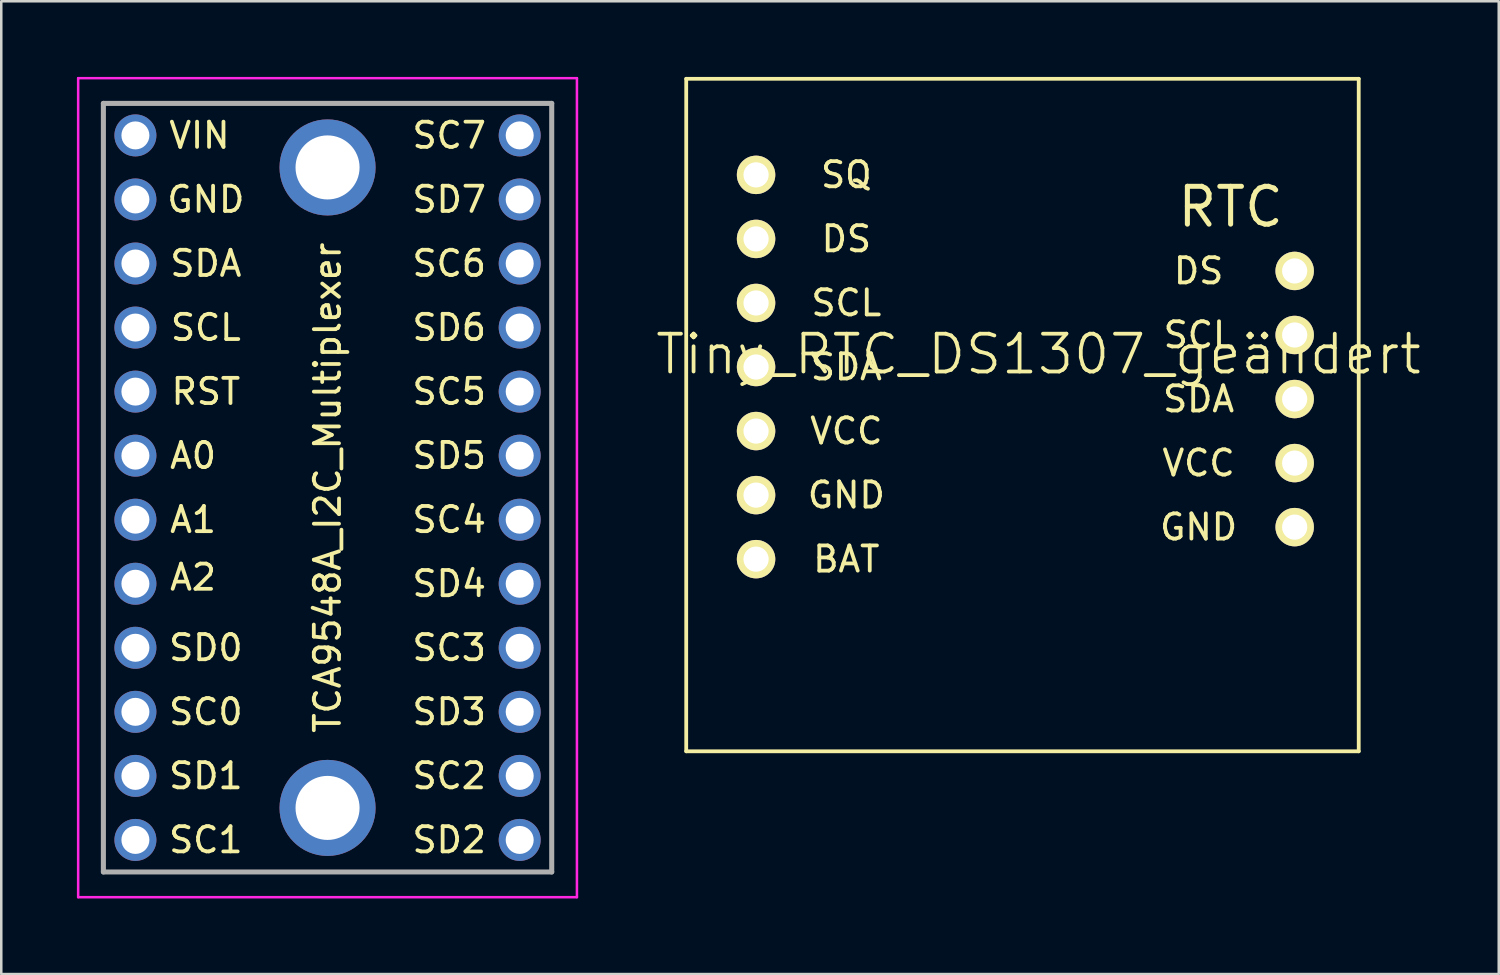
<source format=kicad_pcb>
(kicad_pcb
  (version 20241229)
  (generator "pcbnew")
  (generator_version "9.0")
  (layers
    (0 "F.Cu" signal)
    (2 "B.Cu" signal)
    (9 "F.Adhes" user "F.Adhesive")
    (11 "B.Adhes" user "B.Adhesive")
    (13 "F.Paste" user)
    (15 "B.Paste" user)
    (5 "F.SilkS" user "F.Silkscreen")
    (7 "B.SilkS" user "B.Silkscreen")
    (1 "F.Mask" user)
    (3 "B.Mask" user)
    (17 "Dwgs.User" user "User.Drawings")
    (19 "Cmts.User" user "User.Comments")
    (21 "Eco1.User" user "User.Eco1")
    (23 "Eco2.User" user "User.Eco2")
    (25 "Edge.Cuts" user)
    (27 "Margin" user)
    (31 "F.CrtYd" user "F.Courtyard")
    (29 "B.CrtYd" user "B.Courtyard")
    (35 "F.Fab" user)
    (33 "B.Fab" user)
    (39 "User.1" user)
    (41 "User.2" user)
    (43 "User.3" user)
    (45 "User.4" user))
  (footprint "TCA9548A_I2C_Multiplexer"
    (layer "F.Cu")
    (at 9.94 16.29)
    (property "Reference" "TCA9548A_I2C_Multiplexer" (at 0 0 90) (layer "F.SilkS") (effects (font (size 1 1) (thickness 0.15))))
    (attr through_hole)
    (fp_line (start -8.89 -15.24) (end 8.89 -15.24) (stroke (width 0.1) (type solid)) (layer "F.SilkS"))
    (fp_line (start -8.89 15.24) (end -8.89 -15.24) (stroke (width 0.1) (type solid)) (layer "F.SilkS"))
    (fp_line (start 8.89 -15.24) (end 8.89 15.24) (stroke (width 0.1) (type solid)) (layer "F.SilkS"))
    (fp_line (start 8.89 15.24) (end -8.89 15.24) (stroke (width 0.1) (type solid)) (layer "F.SilkS"))
    (fp_line (start -9.89 -16.24) (end 9.89 -16.24) (stroke (width 0.1) (type solid)) (layer "F.CrtYd"))
    (fp_line (start -9.89 16.24) (end -9.89 -16.24) (stroke (width 0.1) (type solid)) (layer "F.CrtYd"))
    (fp_line (start 9.89 -16.24) (end 9.89 16.24) (stroke (width 0.1) (type solid)) (layer "F.CrtYd"))
    (fp_line (start 9.89 16.24) (end -9.89 16.24) (stroke (width 0.1) (type solid)) (layer "F.CrtYd"))
    (fp_line (start -8.89 -15.24) (end 8.89 -15.24) (stroke (width 0.2) (type solid)) (layer "F.Fab"))
    (fp_line (start -8.89 15.24) (end -8.89 -15.24) (stroke (width 0.2) (type solid)) (layer "F.Fab"))
    (fp_line (start 8.89 -15.24) (end 8.89 15.24) (stroke (width 0.2) (type solid)) (layer "F.Fab"))
    (fp_line (start 8.89 15.24) (end -8.89 15.24) (stroke (width 0.2) (type solid)) (layer "F.Fab"))
    (fp_text user "A2" (at -5.334 3.556 0) (layer "F.SilkS") (effects (font (size 1 1) (thickness 0.15))))
    (fp_text user "SD0" (at -4.826 6.35 0) (layer "F.SilkS") (effects (font (size 1 1) (thickness 0.15))))
    (fp_text user "SCL" (at -4.826 -6.35 0) (layer "F.SilkS") (effects (font (size 1 1) (thickness 0.15))))
    (fp_text user "SC6" (at 4.826 -8.89 0) (layer "F.SilkS") (effects (font (size 1 1) (thickness 0.15))))
    (fp_text user "SC0" (at -4.826 8.89 0) (layer "F.SilkS") (effects (font (size 1 1) (thickness 0.15))))
    (fp_text user "VIN" (at -5.08 -13.97 0) (layer "F.SilkS") (effects (font (size 1 1) (thickness 0.15))))
    (fp_text user "SC5" (at 4.826 -3.81 0) (layer "F.SilkS") (effects (font (size 1 1) (thickness 0.15))))
    (fp_text user "RST" (at -4.826 -3.81 0) (layer "F.SilkS") (effects (font (size 1 1) (thickness 0.15))))
    (fp_text user "SD2" (at 4.826 13.97 0) (layer "F.SilkS") (effects (font (size 1 1) (thickness 0.15))))
    (fp_text user "SC2" (at 4.826 11.43 0) (layer "F.SilkS") (effects (font (size 1 1) (thickness 0.15))))
    (fp_text user "SD3" (at 4.826 8.89 0) (layer "F.SilkS") (effects (font (size 1 1) (thickness 0.15))))
    (fp_text user "GND" (at -4.826 -11.43 0) (layer "F.SilkS") (effects (font (size 1 1) (thickness 0.15))))
    (fp_text user "SD4" (at 4.826 3.81 0) (layer "F.SilkS") (effects (font (size 1 1) (thickness 0.15))))
    (fp_text user "SC4" (at 4.826 1.27 0) (layer "F.SilkS") (effects (font (size 1 1) (thickness 0.15))))
    (fp_text user "SD6" (at 4.826 -6.35 0) (layer "F.SilkS") (effects (font (size 1 1) (thickness 0.15))))
    (fp_text user "A0" (at -5.334 -1.27 0) (layer "F.SilkS") (effects (font (size 1 1) (thickness 0.15))))
    (fp_text user "SD5" (at 4.826 -1.27 0) (layer "F.SilkS") (effects (font (size 1 1) (thickness 0.15))))
    (fp_text user "A1" (at -5.334 1.27 0) (layer "F.SilkS") (effects (font (size 1 1) (thickness 0.15))))
    (fp_text user "SC3" (at 4.826 6.35 0) (layer "F.SilkS") (effects (font (size 1 1) (thickness 0.15))))
    (fp_text user "SDA" (at -4.826 -8.89 0) (layer "F.SilkS") (effects (font (size 1 1) (thickness 0.15))))
    (fp_text user "SC1" (at -4.826 13.97 0) (layer "F.SilkS") (effects (font (size 1 1) (thickness 0.15))))
    (fp_text user "SC7" (at 4.826 -13.97 0) (layer "F.SilkS") (effects (font (size 1 1) (thickness 0.15))))
    (fp_text user "SD1" (at -4.826 11.43 0) (layer "F.SilkS") (effects (font (size 1 1) (thickness 0.15))))
    (fp_text user "SD7" (at 4.826 -11.43 0) (layer "F.SilkS") (effects (font (size 1 1) (thickness 0.15))))
    (pad "1" thru_hole circle (at -7.62 -13.97) (size 1.665 1.665) (drill 1.11) (layers "*.Cu" "*.Mask"))
    (pad "2" thru_hole circle (at -7.62 -11.43) (size 1.665 1.665) (drill 1.11) (layers "*.Cu" "*.Mask"))
    (pad "3" thru_hole circle (at -7.62 -8.89) (size 1.665 1.665) (drill 1.11) (layers "*.Cu" "*.Mask"))
    (pad "4" thru_hole circle (at -7.62 -6.35) (size 1.665 1.665) (drill 1.11) (layers "*.Cu" "*.Mask"))
    (pad "5" thru_hole circle (at -7.62 -3.81) (size 1.665 1.665) (drill 1.11) (layers "*.Cu" "*.Mask"))
    (pad "6" thru_hole circle (at -7.62 -1.27) (size 1.665 1.665) (drill 1.11) (layers "*.Cu" "*.Mask"))
    (pad "7" thru_hole circle (at -7.62 1.27) (size 1.665 1.665) (drill 1.11) (layers "*.Cu" "*.Mask"))
    (pad "8" thru_hole circle (at -7.62 3.81) (size 1.665 1.665) (drill 1.11) (layers "*.Cu" "*.Mask"))
    (pad "9" thru_hole circle (at -7.62 6.35) (size 1.665 1.665) (drill 1.11) (layers "*.Cu" "*.Mask"))
    (pad "10" thru_hole circle (at -7.62 8.89) (size 1.665 1.665) (drill 1.11) (layers "*.Cu" "*.Mask"))
    (pad "11" thru_hole circle (at -7.62 11.43) (size 1.665 1.665) (drill 1.11) (layers "*.Cu" "*.Mask"))
    (pad "12" thru_hole circle (at -7.62 13.97) (size 1.665 1.665) (drill 1.11) (layers "*.Cu" "*.Mask"))
    (pad "13" thru_hole circle (at 7.62 13.97) (size 1.665 1.665) (drill 1.11) (layers "*.Cu" "*.Mask"))
    (pad "14" thru_hole circle (at 7.62 11.43) (size 1.665 1.665) (drill 1.11) (layers "*.Cu" "*.Mask"))
    (pad "15" thru_hole circle (at 7.62 8.89) (size 1.665 1.665) (drill 1.11) (layers "*.Cu" "*.Mask"))
    (pad "16" thru_hole circle (at 7.62 6.35) (size 1.665 1.665) (drill 1.11) (layers "*.Cu" "*.Mask"))
    (pad "17" thru_hole circle (at 7.62 3.81) (size 1.665 1.665) (drill 1.11) (layers "*.Cu" "*.Mask"))
    (pad "18" thru_hole circle (at 7.62 1.27) (size 1.665 1.665) (drill 1.11) (layers "*.Cu" "*.Mask"))
    (pad "19" thru_hole circle (at 7.62 -1.27) (size 1.665 1.665) (drill 1.11) (layers "*.Cu" "*.Mask"))
    (pad "20" thru_hole circle (at 7.62 -3.81) (size 1.665 1.665) (drill 1.11) (layers "*.Cu" "*.Mask"))
    (pad "21" thru_hole circle (at 7.62 -6.35) (size 1.665 1.665) (drill 1.11) (layers "*.Cu" "*.Mask"))
    (pad "22" thru_hole circle (at 7.62 -8.89) (size 1.665 1.665) (drill 1.11) (layers "*.Cu" "*.Mask"))
    (pad "23" thru_hole circle (at 7.62 -11.43) (size 1.665 1.665) (drill 1.11) (layers "*.Cu" "*.Mask"))
    (pad "24" thru_hole circle (at 7.62 -13.97) (size 1.665 1.665) (drill 1.11) (layers "*.Cu" "*.Mask"))
    (pad "25" thru_hole circle (at 0 -12.7) (size 3.81 3.81) (drill 2.54) (layers "*.Cu" "*.Mask"))
    (pad "26" thru_hole circle (at 0 12.7) (size 3.81 3.81) (drill 2.54) (layers "*.Cu" "*.Mask")))
  (footprint "Tiny_RTC_DS1307_geändert"
    (layer "F.Cu")
    (at 38.134 15.315)
    (property "Reference" "Tiny_RTC_DS1307_geändert" (at 0 -4.318 0) (layer "F.SilkS") (effects (font (size 1.5 1.5) (thickness 0.15))))
    (attr through_hole)
    (fp_line (start -13.97 -15.24) (end 12.7 -15.24) (stroke (width 0.15) (type solid)) (layer "F.SilkS"))
    (fp_line (start -13.97 11.43) (end -13.97 -15.24) (stroke (width 0.15) (type solid)) (layer "F.SilkS"))
    (fp_line (start 12.7 -15.24) (end 12.7 11.43) (stroke (width 0.15) (type solid)) (layer "F.SilkS"))
    (fp_line (start 12.7 11.43) (end -13.97 11.43) (stroke (width 0.15) (type solid)) (layer "F.SilkS"))
    (fp_text user "SCL" (at 6.35 -5.08 0) (layer "F.SilkS") (effects (font (size 1 1) (thickness 0.15))))
    (fp_text user "BAT" (at -7.62 3.81 0) (layer "F.SilkS") (effects (font (size 1 1) (thickness 0.15))))
    (fp_text user "GND" (at 6.35 2.54 0) (layer "F.SilkS") (effects (font (size 1 1) (thickness 0.15))))
    (fp_text user "VCC" (at 6.35 0 0) (layer "F.SilkS") (effects (font (size 1 1) (thickness 0.15))))
    (fp_text user "DS" (at -7.62 -8.89 0) (layer "F.SilkS") (effects (font (size 1 1) (thickness 0.15))))
    (fp_text user "VCC" (at -7.62 -1.27 0) (layer "F.SilkS") (effects (font (size 1 1) (thickness 0.15))))
    (fp_text user "RTC" (at 7.62 -10.16 0) (layer "F.SilkS") (effects (font (size 1.5 1.5) (thickness 0.2))))
    (fp_text user "SDA" (at -7.62 -3.81 0) (layer "F.SilkS") (effects (font (size 1 1) (thickness 0.15))))
    (fp_text user "GND" (at -7.62 1.27 0) (layer "F.SilkS") (effects (font (size 1 1) (thickness 0.15))))
    (fp_text user "DS" (at 6.35 -7.62 0) (layer "F.SilkS") (effects (font (size 1 1) (thickness 0.15))))
    (fp_text user "SCL" (at -7.62 -6.35 0) (layer "F.SilkS") (effects (font (size 1 1) (thickness 0.15))))
    (fp_text user "SDA" (at 6.35 -2.54 0) (layer "F.SilkS") (effects (font (size 1 1) (thickness 0.15))))
    (fp_text user "SQ" (at -7.62 -11.43 0) (layer "F.SilkS") (effects (font (size 1 1) (thickness 0.15))))
    (pad "1" thru_hole circle (at -11.2 3.81) (size 1.524 1.524) (drill 1) (layers "*.Cu" "*.Mask" "F.SilkS"))
    (pad "2" thru_hole circle (at -11.2 1.27) (size 1.524 1.524) (drill 1) (layers "*.Cu" "*.Mask" "F.SilkS"))
    (pad "3" thru_hole circle (at -11.2 -1.27) (size 1.524 1.524) (drill 1) (layers "*.Cu" "*.Mask" "F.SilkS"))
    (pad "4" thru_hole circle (at -11.2 -3.81) (size 1.524 1.524) (drill 1) (layers "*.Cu" "*.Mask" "F.SilkS"))
    (pad "5" thru_hole circle (at -11.2 -6.35) (size 1.524 1.524) (drill 1) (layers "*.Cu" "*.Mask" "F.SilkS"))
    (pad "6" thru_hole circle (at -11.2 -8.89) (size 1.524 1.524) (drill 1) (layers "*.Cu" "*.Mask" "F.SilkS"))
    (pad "7" thru_hole circle (at -11.2 -11.43) (size 1.524 1.524) (drill 1) (layers "*.Cu" "*.Mask" "F.SilkS"))
    (pad "8" thru_hole circle (at 10.16 2.54) (size 1.524 1.524) (drill 1) (layers "*.Cu" "*.Mask" "F.SilkS"))
    (pad "9" thru_hole circle (at 10.16 0) (size 1.524 1.524) (drill 1) (layers "*.Cu" "*.Mask" "F.SilkS"))
    (pad "10" thru_hole circle (at 10.16 -2.54) (size 1.524 1.524) (drill 1) (layers "*.Cu" "*.Mask" "F.SilkS"))
    (pad "11" thru_hole circle (at 10.16 -5.08) (size 1.524 1.524) (drill 1) (layers "*.Cu" "*.Mask" "F.SilkS"))
    (pad "12" thru_hole circle (at 10.16 -7.62) (size 1.524 1.524) (drill 1) (layers "*.Cu" "*.Mask" "F.SilkS")))
  (gr_rect
    (start -3 -3)
    (end 56.387 35.58)
    (stroke (width 0.1) (type default))
    (fill no)
    (layer "Edge.Cuts")))
</source>
